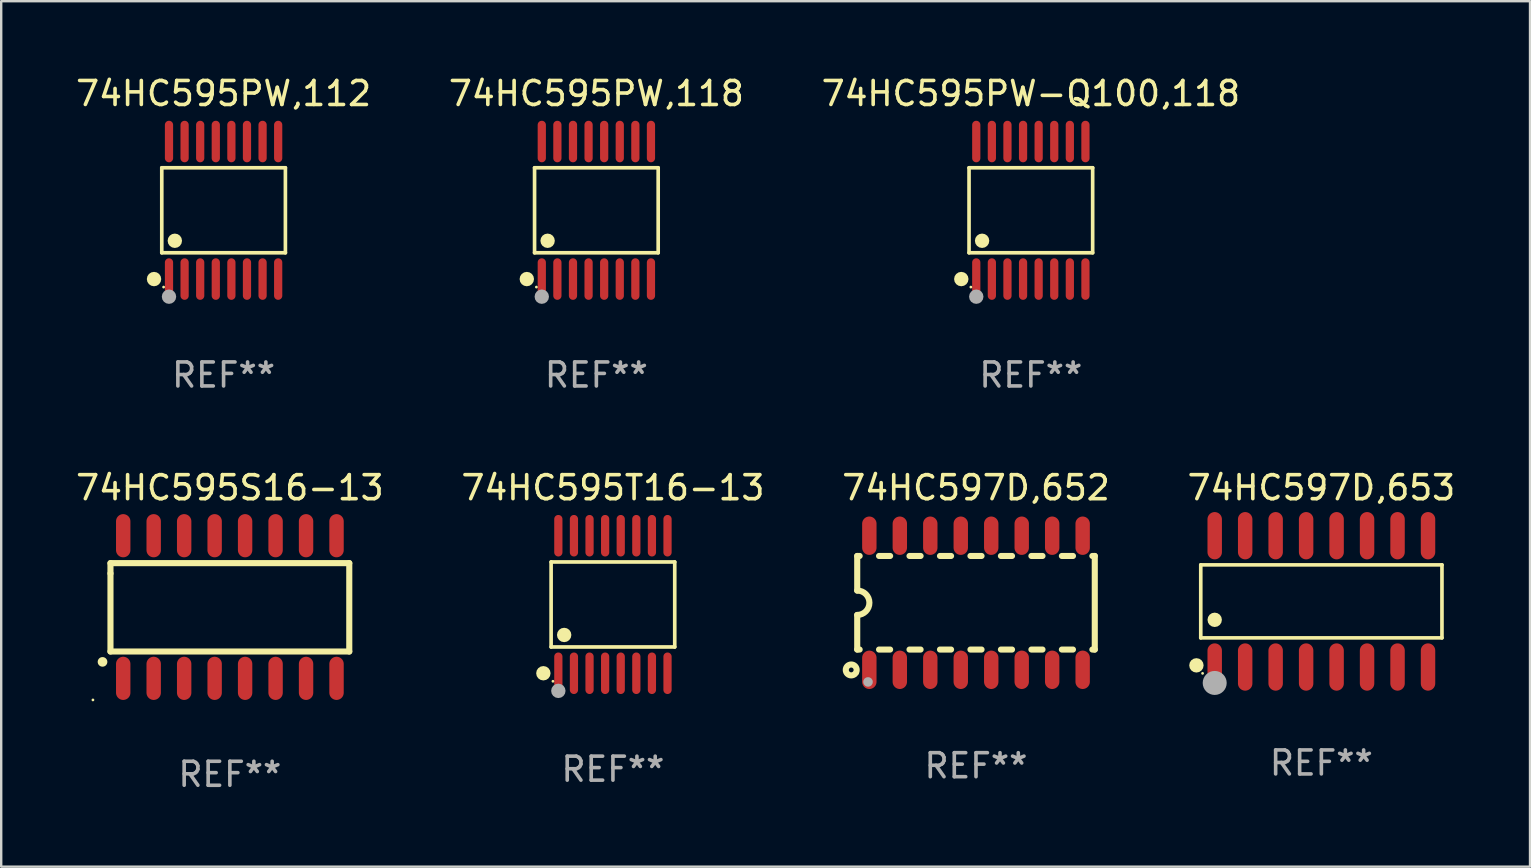
<source format=kicad_pcb>
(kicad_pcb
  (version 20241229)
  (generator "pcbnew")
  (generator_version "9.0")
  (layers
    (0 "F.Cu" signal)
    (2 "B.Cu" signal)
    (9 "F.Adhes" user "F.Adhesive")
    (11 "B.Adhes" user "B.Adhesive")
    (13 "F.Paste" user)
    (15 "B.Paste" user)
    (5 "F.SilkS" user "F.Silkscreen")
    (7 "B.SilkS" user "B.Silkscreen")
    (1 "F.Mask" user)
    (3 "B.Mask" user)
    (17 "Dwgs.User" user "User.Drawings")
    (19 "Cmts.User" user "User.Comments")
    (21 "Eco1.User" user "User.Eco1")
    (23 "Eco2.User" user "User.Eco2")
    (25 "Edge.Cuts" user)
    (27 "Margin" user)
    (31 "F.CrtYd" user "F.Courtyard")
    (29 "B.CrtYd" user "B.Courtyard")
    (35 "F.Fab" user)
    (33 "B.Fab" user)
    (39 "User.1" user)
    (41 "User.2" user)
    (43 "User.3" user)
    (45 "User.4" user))
  (footprint "74HC597D,653"
    (layer "F.Cu")
    (at 52.018 22.012)
    (property "Reference" "74HC597D,653" (at 0 -4.736 0) (layer "F.SilkS") (effects (font (size 1 1) (thickness 0.15))))
    (attr through_hole)
    (fp_line (start -5.026 -1.521) (end 5.026 -1.521) (stroke (width 0.152) (type solid)) (layer "F.SilkS"))
    (fp_line (start -5.026 1.521) (end -5.026 -1.521) (stroke (width 0.152) (type solid)) (layer "F.SilkS"))
    (fp_line (start 5.026 -1.521) (end 5.026 1.521) (stroke (width 0.152) (type solid)) (layer "F.SilkS"))
    (fp_line (start 5.026 1.521) (end -5.026 1.521) (stroke (width 0.152) (type solid)) (layer "F.SilkS"))
    (fp_circle (center -5.207 2.667) (end -5.057 2.667) (stroke (width 0.3) (type solid)) (fill no) (layer "F.SilkS"))
    (fp_circle (center -4.95 3) (end -4.92 3) (stroke (width 0.06) (type solid)) (fill no) (layer "F.SilkS"))
    (fp_circle (center -4.445 0.769) (end -4.295 0.769) (stroke (width 0.3) (type solid)) (fill no) (layer "F.SilkS"))
    (fp_circle (center -4.445 3.4) (end -4.195 3.4) (stroke (width 0.5) (type solid)) (fill no) (layer "F.Fab"))
    (fp_text user "REF**" (at 0 6.736 0) (layer "F.Fab") (effects (font (size 1 1) (thickness 0.15))))
    (pad "1" smd oval (at -4.445 2.736) (size 0.602 1.971) (layers "F.Cu" "F.Mask" "F.Paste"))
    (pad "2" smd oval (at -3.175 2.736) (size 0.602 1.971) (layers "F.Cu" "F.Mask" "F.Paste"))
    (pad "3" smd oval (at -1.905 2.736) (size 0.602 1.971) (layers "F.Cu" "F.Mask" "F.Paste"))
    (pad "4" smd oval (at -0.635 2.736) (size 0.602 1.971) (layers "F.Cu" "F.Mask" "F.Paste"))
    (pad "5" smd oval (at 0.635 2.736) (size 0.602 1.971) (layers "F.Cu" "F.Mask" "F.Paste"))
    (pad "6" smd oval (at 1.905 2.736) (size 0.602 1.971) (layers "F.Cu" "F.Mask" "F.Paste"))
    (pad "7" smd oval (at 3.175 2.736) (size 0.602 1.971) (layers "F.Cu" "F.Mask" "F.Paste"))
    (pad "8" smd oval (at 4.445 2.736) (size 0.602 1.971) (layers "F.Cu" "F.Mask" "F.Paste"))
    (pad "9" smd oval (at 4.445 -2.736) (size 0.602 1.971) (layers "F.Cu" "F.Mask" "F.Paste"))
    (pad "10" smd oval (at 3.175 -2.736) (size 0.602 1.971) (layers "F.Cu" "F.Mask" "F.Paste"))
    (pad "11" smd oval (at 1.905 -2.736) (size 0.602 1.971) (layers "F.Cu" "F.Mask" "F.Paste"))
    (pad "12" smd oval (at 0.635 -2.736) (size 0.602 1.971) (layers "F.Cu" "F.Mask" "F.Paste"))
    (pad "13" smd oval (at -0.635 -2.736) (size 0.602 1.971) (layers "F.Cu" "F.Mask" "F.Paste"))
    (pad "14" smd oval (at -1.905 -2.736) (size 0.602 1.971) (layers "F.Cu" "F.Mask" "F.Paste"))
    (pad "15" smd oval (at -3.175 -2.736) (size 0.602 1.971) (layers "F.Cu" "F.Mask" "F.Paste"))
    (pad "16" smd oval (at -4.445 -2.736) (size 0.602 1.971) (layers "F.Cu" "F.Mask" "F.Paste")))
  (footprint "74HC595S16-13"
    (layer "F.Cu")
    (at 6.53 22.248)
    (property "Reference" "74HC595S16-13" (at 0 -4.972 0) (layer "F.SilkS") (effects (font (size 1 1) (thickness 0.15))))
    (attr through_hole)
    (fp_line (start -4.976 -1.829) (end -4.976 -1.4) (stroke (width 0.254) (type solid)) (layer "F.SilkS"))
    (fp_line (start -4.976 -1.4) (end -4.976 1.854) (stroke (width 0.254) (type solid)) (layer "F.SilkS"))
    (fp_line (start -4.976 1.854) (end 4.976 1.854) (stroke (width 0.254) (type solid)) (layer "F.SilkS"))
    (fp_line (start 4.976 -1.829) (end -4.976 -1.829) (stroke (width 0.254) (type solid)) (layer "F.SilkS"))
    (fp_line (start 4.976 1.854) (end 4.976 -1.829) (stroke (width 0.254) (type solid)) (layer "F.SilkS"))
    (fp_arc (start -5.308611 2.286005) (mid -5.307341 2.286001) (end -5.306071 2.286005) (stroke (width 0.4) (type solid)) (layer "F.SilkS"))
    (fp_circle (center -5.707 3.872) (end -5.677 3.872) (stroke (width 0.06) (type solid)) (fill no) (layer "F.SilkS"))
    (fp_text user "REF**" (at 0 6.972 0) (layer "F.Fab") (effects (font (size 1 1) (thickness 0.15))))
    (pad "1" smd oval (at -4.445 2.972 180) (size 0.6 1.8) (layers "F.Cu" "F.Mask" "F.Paste"))
    (pad "2" smd oval (at -3.175 2.972 180) (size 0.6 1.8) (layers "F.Cu" "F.Mask" "F.Paste"))
    (pad "3" smd oval (at -1.905 2.972 180) (size 0.6 1.8) (layers "F.Cu" "F.Mask" "F.Paste"))
    (pad "4" smd oval (at -0.635 2.972 180) (size 0.6 1.8) (layers "F.Cu" "F.Mask" "F.Paste"))
    (pad "5" smd oval (at 0.635 2.972 180) (size 0.6 1.8) (layers "F.Cu" "F.Mask" "F.Paste"))
    (pad "6" smd oval (at 1.905 2.972 180) (size 0.6 1.8) (layers "F.Cu" "F.Mask" "F.Paste"))
    (pad "7" smd oval (at 3.175 2.972 180) (size 0.6 1.8) (layers "F.Cu" "F.Mask" "F.Paste"))
    (pad "8" smd oval (at 4.445 2.972 180) (size 0.6 1.8) (layers "F.Cu" "F.Mask" "F.Paste"))
    (pad "9" smd oval (at 4.445 -2.972 180) (size 0.6 1.8) (layers "F.Cu" "F.Mask" "F.Paste"))
    (pad "10" smd oval (at 3.175 -2.972 180) (size 0.6 1.8) (layers "F.Cu" "F.Mask" "F.Paste"))
    (pad "11" smd oval (at 1.905 -2.972 180) (size 0.6 1.8) (layers "F.Cu" "F.Mask" "F.Paste"))
    (pad "12" smd oval (at 0.635 -2.972 180) (size 0.6 1.8) (layers "F.Cu" "F.Mask" "F.Paste"))
    (pad "13" smd oval (at -0.635 -2.972 180) (size 0.6 1.8) (layers "F.Cu" "F.Mask" "F.Paste"))
    (pad "14" smd oval (at -1.905 -2.972 180) (size 0.6 1.8) (layers "F.Cu" "F.Mask" "F.Paste"))
    (pad "15" smd oval (at -3.175 -2.972 180) (size 0.6 1.8) (layers "F.Cu" "F.Mask" "F.Paste"))
    (pad "16" smd oval (at -4.445 -2.972 180) (size 0.6 1.8) (layers "F.Cu" "F.Mask" "F.Paste")))
  (footprint "74HC595PW-Q100,118"
    (layer "F.Cu")
    (at 39.911 5.714)
    (property "Reference" "74HC595PW-Q100,118" (at 0 -4.866 0) (layer "F.SilkS") (effects (font (size 1 1) (thickness 0.15))))
    (attr through_hole)
    (fp_line (start -2.576 -1.772) (end 2.576 -1.772) (stroke (width 0.152) (type solid)) (layer "F.SilkS"))
    (fp_line (start -2.576 1.771) (end -2.576 -1.772) (stroke (width 0.152) (type solid)) (layer "F.SilkS"))
    (fp_line (start 2.576 -1.772) (end 2.576 1.771) (stroke (width 0.152) (type solid)) (layer "F.SilkS"))
    (fp_line (start 2.576 1.771) (end -2.576 1.771) (stroke (width 0.152) (type solid)) (layer "F.SilkS"))
    (fp_circle (center -2.899 2.866) (end -2.749 2.866) (stroke (width 0.3) (type solid)) (fill no) (layer "F.SilkS"))
    (fp_circle (center -2.5 3.2) (end -2.47 3.2) (stroke (width 0.06) (type solid)) (fill no) (layer "F.SilkS"))
    (fp_circle (center -2.032 1.27) (end -1.882 1.27) (stroke (width 0.3) (type solid)) (fill no) (layer "F.SilkS"))
    (fp_circle (center -2.275 3.6) (end -2.125 3.6) (stroke (width 0.3) (type solid)) (fill no) (layer "F.Fab"))
    (fp_text user "REF**" (at 0 6.866 0) (layer "F.Fab") (effects (font (size 1 1) (thickness 0.15))))
    (pad "1" smd oval (at -2.275 2.866) (size 0.343 1.731) (layers "F.Cu" "F.Mask" "F.Paste"))
    (pad "2" smd oval (at -1.625 2.866) (size 0.343 1.731) (layers "F.Cu" "F.Mask" "F.Paste"))
    (pad "3" smd oval (at -0.975 2.866) (size 0.343 1.731) (layers "F.Cu" "F.Mask" "F.Paste"))
    (pad "4" smd oval (at -0.325 2.866) (size 0.343 1.731) (layers "F.Cu" "F.Mask" "F.Paste"))
    (pad "5" smd oval (at 0.325 2.866) (size 0.343 1.731) (layers "F.Cu" "F.Mask" "F.Paste"))
    (pad "6" smd oval (at 0.975 2.866) (size 0.343 1.731) (layers "F.Cu" "F.Mask" "F.Paste"))
    (pad "7" smd oval (at 1.625 2.866) (size 0.343 1.731) (layers "F.Cu" "F.Mask" "F.Paste"))
    (pad "8" smd oval (at 2.275 2.866) (size 0.343 1.731) (layers "F.Cu" "F.Mask" "F.Paste"))
    (pad "9" smd oval (at 2.275 -2.866) (size 0.343 1.731) (layers "F.Cu" "F.Mask" "F.Paste"))
    (pad "10" smd oval (at 1.625 -2.866) (size 0.343 1.731) (layers "F.Cu" "F.Mask" "F.Paste"))
    (pad "11" smd oval (at 0.975 -2.866) (size 0.343 1.731) (layers "F.Cu" "F.Mask" "F.Paste"))
    (pad "12" smd oval (at 0.325 -2.866) (size 0.343 1.731) (layers "F.Cu" "F.Mask" "F.Paste"))
    (pad "13" smd oval (at -0.325 -2.866) (size 0.343 1.731) (layers "F.Cu" "F.Mask" "F.Paste"))
    (pad "14" smd oval (at -0.975 -2.866) (size 0.343 1.731) (layers "F.Cu" "F.Mask" "F.Paste"))
    (pad "15" smd oval (at -1.625 -2.866) (size 0.343 1.731) (layers "F.Cu" "F.Mask" "F.Paste"))
    (pad "16" smd oval (at -2.275 -2.866) (size 0.343 1.731) (layers "F.Cu" "F.Mask" "F.Paste")))
  (footprint "74HC595T16-13"
    (layer "F.Cu")
    (at 22.494 22.142)
    (property "Reference" "74HC595T16-13" (at 0 -4.866 0) (layer "F.SilkS") (effects (font (size 1 1) (thickness 0.15))))
    (attr through_hole)
    (fp_line (start -2.576 -1.772) (end 2.576 -1.772) (stroke (width 0.152) (type solid)) (layer "F.SilkS"))
    (fp_line (start -2.576 1.771) (end -2.576 -1.772) (stroke (width 0.152) (type solid)) (layer "F.SilkS"))
    (fp_line (start 2.576 -1.772) (end 2.576 1.771) (stroke (width 0.152) (type solid)) (layer "F.SilkS"))
    (fp_line (start 2.576 1.771) (end -2.576 1.771) (stroke (width 0.152) (type solid)) (layer "F.SilkS"))
    (fp_circle (center -2.899 2.866) (end -2.749 2.866) (stroke (width 0.3) (type solid)) (fill no) (layer "F.SilkS"))
    (fp_circle (center -2.5 3.2) (end -2.47 3.2) (stroke (width 0.06) (type solid)) (fill no) (layer "F.SilkS"))
    (fp_circle (center -2.032 1.27) (end -1.882 1.27) (stroke (width 0.3) (type solid)) (fill no) (layer "F.SilkS"))
    (fp_circle (center -2.275 3.6) (end -2.125 3.6) (stroke (width 0.3) (type solid)) (fill no) (layer "F.Fab"))
    (fp_text user "REF**" (at 0 6.866 0) (layer "F.Fab") (effects (font (size 1 1) (thickness 0.15))))
    (pad "1" smd oval (at -2.275 2.866) (size 0.343 1.731) (layers "F.Cu" "F.Mask" "F.Paste"))
    (pad "2" smd oval (at -1.625 2.866) (size 0.343 1.731) (layers "F.Cu" "F.Mask" "F.Paste"))
    (pad "3" smd oval (at -0.975 2.866) (size 0.343 1.731) (layers "F.Cu" "F.Mask" "F.Paste"))
    (pad "4" smd oval (at -0.325 2.866) (size 0.343 1.731) (layers "F.Cu" "F.Mask" "F.Paste"))
    (pad "5" smd oval (at 0.325 2.866) (size 0.343 1.731) (layers "F.Cu" "F.Mask" "F.Paste"))
    (pad "6" smd oval (at 0.975 2.866) (size 0.343 1.731) (layers "F.Cu" "F.Mask" "F.Paste"))
    (pad "7" smd oval (at 1.625 2.866) (size 0.343 1.731) (layers "F.Cu" "F.Mask" "F.Paste"))
    (pad "8" smd oval (at 2.275 2.866) (size 0.343 1.731) (layers "F.Cu" "F.Mask" "F.Paste"))
    (pad "9" smd oval (at 2.275 -2.866) (size 0.343 1.731) (layers "F.Cu" "F.Mask" "F.Paste"))
    (pad "10" smd oval (at 1.625 -2.866) (size 0.343 1.731) (layers "F.Cu" "F.Mask" "F.Paste"))
    (pad "11" smd oval (at 0.975 -2.866) (size 0.343 1.731) (layers "F.Cu" "F.Mask" "F.Paste"))
    (pad "12" smd oval (at 0.325 -2.866) (size 0.343 1.731) (layers "F.Cu" "F.Mask" "F.Paste"))
    (pad "13" smd oval (at -0.325 -2.866) (size 0.343 1.731) (layers "F.Cu" "F.Mask" "F.Paste"))
    (pad "14" smd oval (at -0.975 -2.866) (size 0.343 1.731) (layers "F.Cu" "F.Mask" "F.Paste"))
    (pad "15" smd oval (at -1.625 -2.866) (size 0.343 1.731) (layers "F.Cu" "F.Mask" "F.Paste"))
    (pad "16" smd oval (at -2.275 -2.866) (size 0.343 1.731) (layers "F.Cu" "F.Mask" "F.Paste")))
  (footprint "74HC597D,652"
    (layer "F.Cu")
    (at 37.625 22.07)
    (property "Reference" "74HC597D,652" (at 0 -4.794 0) (layer "F.SilkS") (effects (font (size 1 1) (thickness 0.15))))
    (attr through_hole)
    (fp_line (start -4.95 -1.95) (end -4.95 -0.508) (stroke (width 0.254) (type solid)) (layer "F.SilkS"))
    (fp_line (start -4.95 -1.95) (end -4.849 -1.95) (stroke (width 0.254) (type solid)) (layer "F.SilkS"))
    (fp_line (start -4.95 1.95) (end -4.95 0.508) (stroke (width 0.254) (type solid)) (layer "F.SilkS"))
    (fp_line (start -4.95 1.95) (end -4.849 1.95) (stroke (width 0.254) (type solid)) (layer "F.SilkS"))
    (fp_line (start -4.041 -1.95) (end -3.579 -1.95) (stroke (width 0.254) (type solid)) (layer "F.SilkS"))
    (fp_line (start -4.041 1.95) (end -3.579 1.95) (stroke (width 0.254) (type solid)) (layer "F.SilkS"))
    (fp_line (start -2.771 -1.95) (end -2.309 -1.95) (stroke (width 0.254) (type solid)) (layer "F.SilkS"))
    (fp_line (start -2.771 1.95) (end -2.309 1.95) (stroke (width 0.254) (type solid)) (layer "F.SilkS"))
    (fp_line (start -1.501 -1.95) (end -1.039 -1.95) (stroke (width 0.254) (type solid)) (layer "F.SilkS"))
    (fp_line (start -1.501 1.95) (end -1.039 1.95) (stroke (width 0.254) (type solid)) (layer "F.SilkS"))
    (fp_line (start -0.231 -1.95) (end 0.231 -1.95) (stroke (width 0.254) (type solid)) (layer "F.SilkS"))
    (fp_line (start -0.231 1.95) (end 0.231 1.95) (stroke (width 0.254) (type solid)) (layer "F.SilkS"))
    (fp_line (start 1.039 -1.95) (end 1.501 -1.95) (stroke (width 0.254) (type solid)) (layer "F.SilkS"))
    (fp_line (start 1.039 1.95) (end 1.501 1.95) (stroke (width 0.254) (type solid)) (layer "F.SilkS"))
    (fp_line (start 2.309 -1.95) (end 2.771 -1.95) (stroke (width 0.254) (type solid)) (layer "F.SilkS"))
    (fp_line (start 2.309 1.95) (end 2.771 1.95) (stroke (width 0.254) (type solid)) (layer "F.SilkS"))
    (fp_line (start 3.579 -1.95) (end 4.041 -1.95) (stroke (width 0.254) (type solid)) (layer "F.SilkS"))
    (fp_line (start 3.579 1.95) (end 4.041 1.95) (stroke (width 0.254) (type solid)) (layer "F.SilkS"))
    (fp_line (start 4.849 -1.95) (end 4.95 -1.95) (stroke (width 0.254) (type solid)) (layer "F.SilkS"))
    (fp_line (start 4.849 1.95) (end 4.95 1.95) (stroke (width 0.254) (type solid)) (layer "F.SilkS"))
    (fp_line (start 4.95 -1.95) (end 4.95 1.95) (stroke (width 0.254) (type solid)) (layer "F.SilkS"))
    (fp_arc (start -4.95047 -0.508001) (mid -4.442469 -0.000228) (end -4.950013 0.508001) (stroke (width 0.254001) (type solid)) (layer "F.SilkS"))
    (fp_circle (center -5.2 2.8) (end -5.1 2.8) (stroke (width 0.254) (type solid)) (fill no) (layer "F.SilkS"))
    (fp_circle (center -4.95 2.947) (end -4.92 2.947) (stroke (width 0.06) (type solid)) (fill no) (layer "F.SilkS"))
    (fp_circle (center -4.5 3.3) (end -4.4 3.3) (stroke (width 0.2) (type solid)) (fill no) (layer "F.Fab"))
    (fp_text user "REF**" (at 0 6.794 0) (layer "F.Fab") (effects (font (size 1 1) (thickness 0.15))))
    (pad "1" smd oval (at -4.445 2.794) (size 0.6 1.6) (layers "F.Cu" "F.Mask" "F.Paste"))
    (pad "2" smd oval (at -3.175 2.794) (size 0.6 1.6) (layers "F.Cu" "F.Mask" "F.Paste"))
    (pad "3" smd oval (at -1.905 2.794) (size 0.6 1.6) (layers "F.Cu" "F.Mask" "F.Paste"))
    (pad "4" smd oval (at -0.635 2.794) (size 0.6 1.6) (layers "F.Cu" "F.Mask" "F.Paste"))
    (pad "5" smd oval (at 0.635 2.794) (size 0.6 1.6) (layers "F.Cu" "F.Mask" "F.Paste"))
    (pad "6" smd oval (at 1.905 2.794) (size 0.6 1.6) (layers "F.Cu" "F.Mask" "F.Paste"))
    (pad "7" smd oval (at 3.175 2.794) (size 0.6 1.6) (layers "F.Cu" "F.Mask" "F.Paste"))
    (pad "8" smd oval (at 4.445 2.794) (size 0.6 1.6) (layers "F.Cu" "F.Mask" "F.Paste"))
    (pad "9" smd oval (at 4.445 -2.794) (size 0.6 1.6) (layers "F.Cu" "F.Mask" "F.Paste"))
    (pad "10" smd oval (at 3.175 -2.794) (size 0.6 1.6) (layers "F.Cu" "F.Mask" "F.Paste"))
    (pad "11" smd oval (at 1.905 -2.794) (size 0.6 1.6) (layers "F.Cu" "F.Mask" "F.Paste"))
    (pad "12" smd oval (at 0.635 -2.794) (size 0.6 1.6) (layers "F.Cu" "F.Mask" "F.Paste"))
    (pad "13" smd oval (at -0.635 -2.794) (size 0.6 1.6) (layers "F.Cu" "F.Mask" "F.Paste"))
    (pad "14" smd oval (at -1.905 -2.794) (size 0.6 1.6) (layers "F.Cu" "F.Mask" "F.Paste"))
    (pad "15" smd oval (at -3.175 -2.794) (size 0.6 1.6) (layers "F.Cu" "F.Mask" "F.Paste"))
    (pad "16" smd oval (at -4.445 -2.794) (size 0.6 1.6) (layers "F.Cu" "F.Mask" "F.Paste")))
  (footprint "74HC595PW,112"
    (layer "F.Cu")
    (at 6.268 5.714)
    (property "Reference" "74HC595PW,112" (at 0 -4.866 0) (layer "F.SilkS") (effects (font (size 1 1) (thickness 0.15))))
    (attr through_hole)
    (fp_line (start -2.576 -1.772) (end 2.576 -1.772) (stroke (width 0.152) (type solid)) (layer "F.SilkS"))
    (fp_line (start -2.576 1.771) (end -2.576 -1.772) (stroke (width 0.152) (type solid)) (layer "F.SilkS"))
    (fp_line (start 2.576 -1.772) (end 2.576 1.771) (stroke (width 0.152) (type solid)) (layer "F.SilkS"))
    (fp_line (start 2.576 1.771) (end -2.576 1.771) (stroke (width 0.152) (type solid)) (layer "F.SilkS"))
    (fp_circle (center -2.899 2.866) (end -2.749 2.866) (stroke (width 0.3) (type solid)) (fill no) (layer "F.SilkS"))
    (fp_circle (center -2.5 3.2) (end -2.47 3.2) (stroke (width 0.06) (type solid)) (fill no) (layer "F.SilkS"))
    (fp_circle (center -2.032 1.27) (end -1.882 1.27) (stroke (width 0.3) (type solid)) (fill no) (layer "F.SilkS"))
    (fp_circle (center -2.275 3.6) (end -2.125 3.6) (stroke (width 0.3) (type solid)) (fill no) (layer "F.Fab"))
    (fp_text user "REF**" (at 0 6.866 0) (layer "F.Fab") (effects (font (size 1 1) (thickness 0.15))))
    (pad "1" smd oval (at -2.275 2.866) (size 0.343 1.731) (layers "F.Cu" "F.Mask" "F.Paste"))
    (pad "2" smd oval (at -1.625 2.866) (size 0.343 1.731) (layers "F.Cu" "F.Mask" "F.Paste"))
    (pad "3" smd oval (at -0.975 2.866) (size 0.343 1.731) (layers "F.Cu" "F.Mask" "F.Paste"))
    (pad "4" smd oval (at -0.325 2.866) (size 0.343 1.731) (layers "F.Cu" "F.Mask" "F.Paste"))
    (pad "5" smd oval (at 0.325 2.866) (size 0.343 1.731) (layers "F.Cu" "F.Mask" "F.Paste"))
    (pad "6" smd oval (at 0.975 2.866) (size 0.343 1.731) (layers "F.Cu" "F.Mask" "F.Paste"))
    (pad "7" smd oval (at 1.625 2.866) (size 0.343 1.731) (layers "F.Cu" "F.Mask" "F.Paste"))
    (pad "8" smd oval (at 2.275 2.866) (size 0.343 1.731) (layers "F.Cu" "F.Mask" "F.Paste"))
    (pad "9" smd oval (at 2.275 -2.866) (size 0.343 1.731) (layers "F.Cu" "F.Mask" "F.Paste"))
    (pad "10" smd oval (at 1.625 -2.866) (size 0.343 1.731) (layers "F.Cu" "F.Mask" "F.Paste"))
    (pad "11" smd oval (at 0.975 -2.866) (size 0.343 1.731) (layers "F.Cu" "F.Mask" "F.Paste"))
    (pad "12" smd oval (at 0.325 -2.866) (size 0.343 1.731) (layers "F.Cu" "F.Mask" "F.Paste"))
    (pad "13" smd oval (at -0.325 -2.866) (size 0.343 1.731) (layers "F.Cu" "F.Mask" "F.Paste"))
    (pad "14" smd oval (at -0.975 -2.866) (size 0.343 1.731) (layers "F.Cu" "F.Mask" "F.Paste"))
    (pad "15" smd oval (at -1.625 -2.866) (size 0.343 1.731) (layers "F.Cu" "F.Mask" "F.Paste"))
    (pad "16" smd oval (at -2.275 -2.866) (size 0.343 1.731) (layers "F.Cu" "F.Mask" "F.Paste")))
  (footprint "74HC595PW,118"
    (layer "F.Cu")
    (at 21.804 5.714)
    (property "Reference" "74HC595PW,118" (at 0 -4.866 0) (layer "F.SilkS") (effects (font (size 1 1) (thickness 0.15))))
    (attr through_hole)
    (fp_line (start -2.576 -1.772) (end 2.576 -1.772) (stroke (width 0.152) (type solid)) (layer "F.SilkS"))
    (fp_line (start -2.576 1.771) (end -2.576 -1.772) (stroke (width 0.152) (type solid)) (layer "F.SilkS"))
    (fp_line (start 2.576 -1.772) (end 2.576 1.771) (stroke (width 0.152) (type solid)) (layer "F.SilkS"))
    (fp_line (start 2.576 1.771) (end -2.576 1.771) (stroke (width 0.152) (type solid)) (layer "F.SilkS"))
    (fp_circle (center -2.899 2.866) (end -2.749 2.866) (stroke (width 0.3) (type solid)) (fill no) (layer "F.SilkS"))
    (fp_circle (center -2.5 3.2) (end -2.47 3.2) (stroke (width 0.06) (type solid)) (fill no) (layer "F.SilkS"))
    (fp_circle (center -2.032 1.27) (end -1.882 1.27) (stroke (width 0.3) (type solid)) (fill no) (layer "F.SilkS"))
    (fp_circle (center -2.275 3.6) (end -2.125 3.6) (stroke (width 0.3) (type solid)) (fill no) (layer "F.Fab"))
    (fp_text user "REF**" (at 0 6.866 0) (layer "F.Fab") (effects (font (size 1 1) (thickness 0.15))))
    (pad "1" smd oval (at -2.275 2.866) (size 0.343 1.731) (layers "F.Cu" "F.Mask" "F.Paste"))
    (pad "2" smd oval (at -1.625 2.866) (size 0.343 1.731) (layers "F.Cu" "F.Mask" "F.Paste"))
    (pad "3" smd oval (at -0.975 2.866) (size 0.343 1.731) (layers "F.Cu" "F.Mask" "F.Paste"))
    (pad "4" smd oval (at -0.325 2.866) (size 0.343 1.731) (layers "F.Cu" "F.Mask" "F.Paste"))
    (pad "5" smd oval (at 0.325 2.866) (size 0.343 1.731) (layers "F.Cu" "F.Mask" "F.Paste"))
    (pad "6" smd oval (at 0.975 2.866) (size 0.343 1.731) (layers "F.Cu" "F.Mask" "F.Paste"))
    (pad "7" smd oval (at 1.625 2.866) (size 0.343 1.731) (layers "F.Cu" "F.Mask" "F.Paste"))
    (pad "8" smd oval (at 2.275 2.866) (size 0.343 1.731) (layers "F.Cu" "F.Mask" "F.Paste"))
    (pad "9" smd oval (at 2.275 -2.866) (size 0.343 1.731) (layers "F.Cu" "F.Mask" "F.Paste"))
    (pad "10" smd oval (at 1.625 -2.866) (size 0.343 1.731) (layers "F.Cu" "F.Mask" "F.Paste"))
    (pad "11" smd oval (at 0.975 -2.866) (size 0.343 1.731) (layers "F.Cu" "F.Mask" "F.Paste"))
    (pad "12" smd oval (at 0.325 -2.866) (size 0.343 1.731) (layers "F.Cu" "F.Mask" "F.Paste"))
    (pad "13" smd oval (at -0.325 -2.866) (size 0.343 1.731) (layers "F.Cu" "F.Mask" "F.Paste"))
    (pad "14" smd oval (at -0.975 -2.866) (size 0.343 1.731) (layers "F.Cu" "F.Mask" "F.Paste"))
    (pad "15" smd oval (at -1.625 -2.866) (size 0.343 1.731) (layers "F.Cu" "F.Mask" "F.Paste"))
    (pad "16" smd oval (at -2.275 -2.866) (size 0.343 1.731) (layers "F.Cu" "F.Mask" "F.Paste")))
  (gr_rect
    (start -3 -3)
    (end 60.714 33.068)
    (stroke (width 0.1) (type default))
    (fill no)
    (layer "Edge.Cuts")))
</source>
